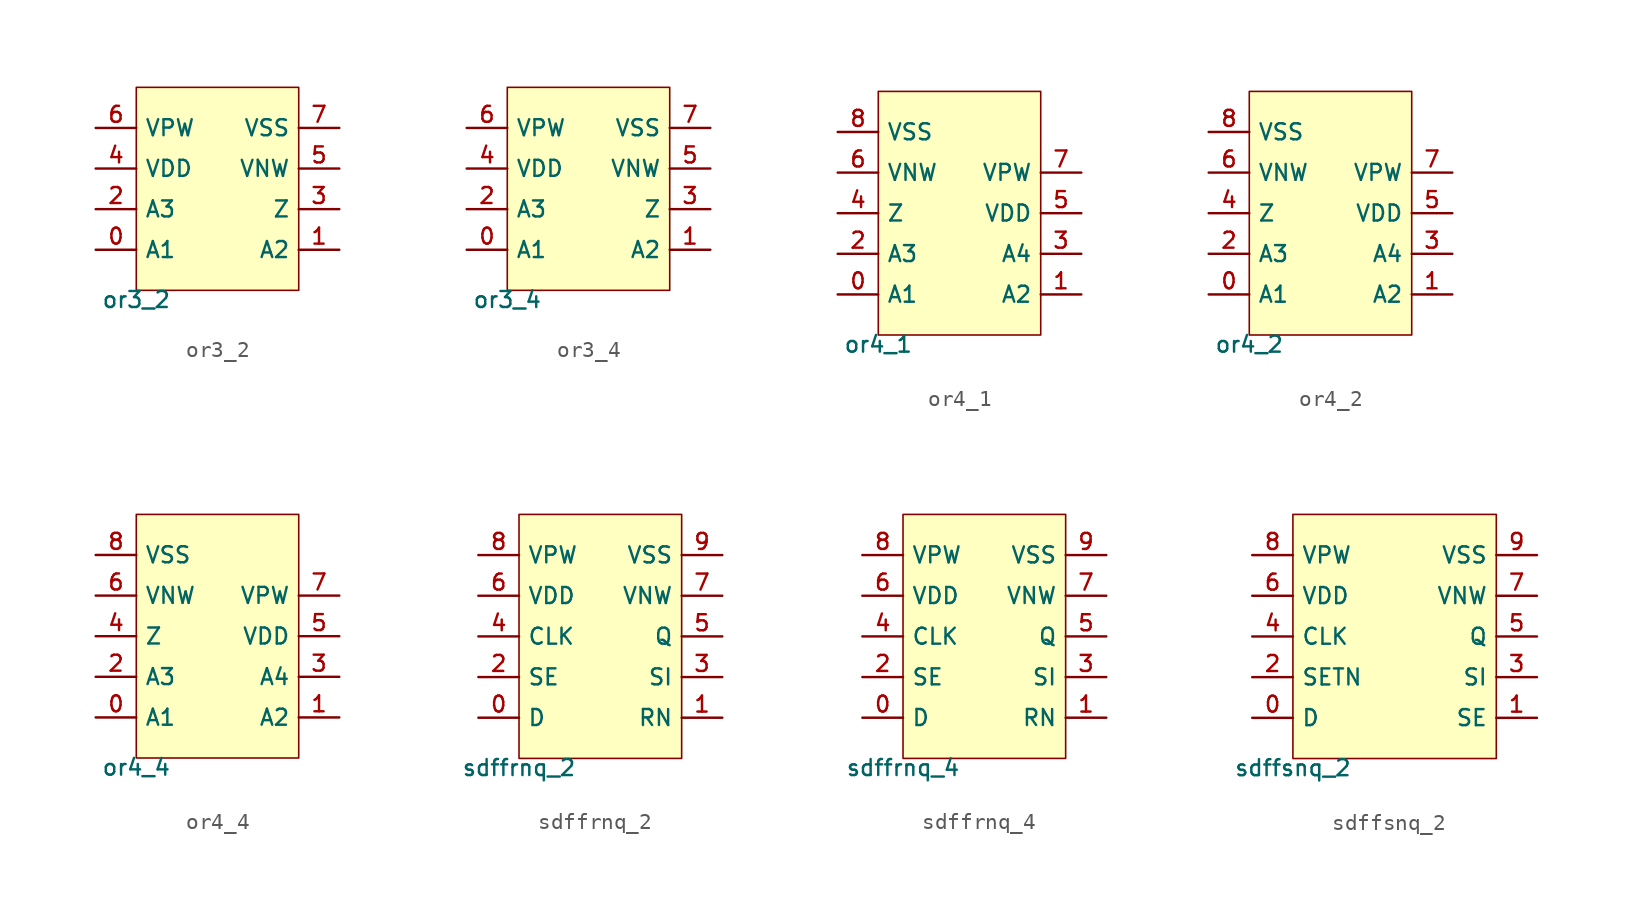
<source format=kicad_sym>
(kicad_symbol_lib
  (version 20211014)
  (generator pdk2kicad)
  (symbol "or3_2"
    (property "Reference" "X"
      (at 0 0 0)
      (effects (font (size 1 1)) hide))
    (property "Value" "or3_2"
      (at -5.08 -6.35 0)
      (effects (font (size 1 1)) (justify top)))
    (rectangle
      (start -5.08 -6.35)
      (end 5.08 6.35)
      (stroke (width 0.1) (type solid) (color 0 0 0 0))
      (fill (type background)))
    (pin bidirectional line
      (at -7.62 -3.81 0)
      (length 2.54)
      (name "A1" (effects (font (size 1 1)) hide))
      (number "0" (effects (font (size 1 1)) hide)))
    (pin bidirectional line
      (at 7.62 -3.81 180)
      (length 2.54)
      (name "A2" (effects (font (size 1 1)) hide))
      (number "1" (effects (font (size 1 1)) hide)))
    (pin bidirectional line
      (at -7.62 -1.27 0)
      (length 2.54)
      (name "A3" (effects (font (size 1 1)) hide))
      (number "2" (effects (font (size 1 1)) hide)))
    (pin bidirectional line
      (at 7.62 -1.27 180)
      (length 2.54)
      (name "Z" (effects (font (size 1 1)) hide))
      (number "3" (effects (font (size 1 1)) hide)))
    (pin bidirectional line
      (at -7.62 1.27 0)
      (length 2.54)
      (name "VDD" (effects (font (size 1 1)) hide))
      (number "4" (effects (font (size 1 1)) hide)))
    (pin bidirectional line
      (at 7.62 1.27 180)
      (length 2.54)
      (name "VNW" (effects (font (size 1 1)) hide))
      (number "5" (effects (font (size 1 1)) hide)))
    (pin bidirectional line
      (at -7.62 3.81 0)
      (length 2.54)
      (name "VPW" (effects (font (size 1 1)) hide))
      (number "6" (effects (font (size 1 1)) hide)))
    (pin bidirectional line
      (at 7.62 3.81 180)
      (length 2.54)
      (name "VSS" (effects (font (size 1 1)) hide))
      (number "7" (effects (font (size 1 1)) hide))))
  (symbol "or3_4"
    (property "Reference" "X"
      (at 0 0 0)
      (effects (font (size 1 1)) hide))
    (property "Value" "or3_4"
      (at -5.08 -6.35 0)
      (effects (font (size 1 1)) (justify top)))
    (rectangle
      (start -5.08 -6.35)
      (end 5.08 6.35)
      (stroke (width 0.1) (type solid) (color 0 0 0 0))
      (fill (type background)))
    (pin bidirectional line
      (at -7.62 -3.81 0)
      (length 2.54)
      (name "A1" (effects (font (size 1 1)) hide))
      (number "0" (effects (font (size 1 1)) hide)))
    (pin bidirectional line
      (at 7.62 -3.81 180)
      (length 2.54)
      (name "A2" (effects (font (size 1 1)) hide))
      (number "1" (effects (font (size 1 1)) hide)))
    (pin bidirectional line
      (at -7.62 -1.27 0)
      (length 2.54)
      (name "A3" (effects (font (size 1 1)) hide))
      (number "2" (effects (font (size 1 1)) hide)))
    (pin bidirectional line
      (at 7.62 -1.27 180)
      (length 2.54)
      (name "Z" (effects (font (size 1 1)) hide))
      (number "3" (effects (font (size 1 1)) hide)))
    (pin bidirectional line
      (at -7.62 1.27 0)
      (length 2.54)
      (name "VDD" (effects (font (size 1 1)) hide))
      (number "4" (effects (font (size 1 1)) hide)))
    (pin bidirectional line
      (at 7.62 1.27 180)
      (length 2.54)
      (name "VNW" (effects (font (size 1 1)) hide))
      (number "5" (effects (font (size 1 1)) hide)))
    (pin bidirectional line
      (at -7.62 3.81 0)
      (length 2.54)
      (name "VPW" (effects (font (size 1 1)) hide))
      (number "6" (effects (font (size 1 1)) hide)))
    (pin bidirectional line
      (at 7.62 3.81 180)
      (length 2.54)
      (name "VSS" (effects (font (size 1 1)) hide))
      (number "7" (effects (font (size 1 1)) hide))))
  (symbol "or4_1"
    (property "Reference" "X"
      (at 0 0 0)
      (effects (font (size 1 1)) hide))
    (property "Value" "or4_1"
      (at -5.08 -7.62 0)
      (effects (font (size 1 1)) (justify top)))
    (rectangle
      (start -5.08 -7.62)
      (end 5.08 7.62)
      (stroke (width 0.1) (type solid) (color 0 0 0 0))
      (fill (type background)))
    (pin bidirectional line
      (at -7.62 -5.08 0)
      (length 2.54)
      (name "A1" (effects (font (size 1 1)) hide))
      (number "0" (effects (font (size 1 1)) hide)))
    (pin bidirectional line
      (at 7.62 -5.08 180)
      (length 2.54)
      (name "A2" (effects (font (size 1 1)) hide))
      (number "1" (effects (font (size 1 1)) hide)))
    (pin bidirectional line
      (at -7.62 -2.54 0)
      (length 2.54)
      (name "A3" (effects (font (size 1 1)) hide))
      (number "2" (effects (font (size 1 1)) hide)))
    (pin bidirectional line
      (at 7.62 -2.54 180)
      (length 2.54)
      (name "A4" (effects (font (size 1 1)) hide))
      (number "3" (effects (font (size 1 1)) hide)))
    (pin bidirectional line
      (at -7.62 8.881784197001252e-16 0)
      (length 2.54)
      (name "Z" (effects (font (size 1 1)) hide))
      (number "4" (effects (font (size 1 1)) hide)))
    (pin bidirectional line
      (at 7.62 8.881784197001252e-16 180)
      (length 2.54)
      (name "VDD" (effects (font (size 1 1)) hide))
      (number "5" (effects (font (size 1 1)) hide)))
    (pin bidirectional line
      (at -7.62 2.54 0)
      (length 2.54)
      (name "VNW" (effects (font (size 1 1)) hide))
      (number "6" (effects (font (size 1 1)) hide)))
    (pin bidirectional line
      (at 7.62 2.54 180)
      (length 2.54)
      (name "VPW" (effects (font (size 1 1)) hide))
      (number "7" (effects (font (size 1 1)) hide)))
    (pin bidirectional line
      (at -7.62 5.08 0)
      (length 2.54)
      (name "VSS" (effects (font (size 1 1)) hide))
      (number "8" (effects (font (size 1 1)) hide))))
  (symbol "or4_2"
    (property "Reference" "X"
      (at 0 0 0)
      (effects (font (size 1 1)) hide))
    (property "Value" "or4_2"
      (at -5.08 -7.62 0)
      (effects (font (size 1 1)) (justify top)))
    (rectangle
      (start -5.08 -7.62)
      (end 5.08 7.62)
      (stroke (width 0.1) (type solid) (color 0 0 0 0))
      (fill (type background)))
    (pin bidirectional line
      (at -7.62 -5.08 0)
      (length 2.54)
      (name "A1" (effects (font (size 1 1)) hide))
      (number "0" (effects (font (size 1 1)) hide)))
    (pin bidirectional line
      (at 7.62 -5.08 180)
      (length 2.54)
      (name "A2" (effects (font (size 1 1)) hide))
      (number "1" (effects (font (size 1 1)) hide)))
    (pin bidirectional line
      (at -7.62 -2.54 0)
      (length 2.54)
      (name "A3" (effects (font (size 1 1)) hide))
      (number "2" (effects (font (size 1 1)) hide)))
    (pin bidirectional line
      (at 7.62 -2.54 180)
      (length 2.54)
      (name "A4" (effects (font (size 1 1)) hide))
      (number "3" (effects (font (size 1 1)) hide)))
    (pin bidirectional line
      (at -7.62 8.881784197001252e-16 0)
      (length 2.54)
      (name "Z" (effects (font (size 1 1)) hide))
      (number "4" (effects (font (size 1 1)) hide)))
    (pin bidirectional line
      (at 7.62 8.881784197001252e-16 180)
      (length 2.54)
      (name "VDD" (effects (font (size 1 1)) hide))
      (number "5" (effects (font (size 1 1)) hide)))
    (pin bidirectional line
      (at -7.62 2.54 0)
      (length 2.54)
      (name "VNW" (effects (font (size 1 1)) hide))
      (number "6" (effects (font (size 1 1)) hide)))
    (pin bidirectional line
      (at 7.62 2.54 180)
      (length 2.54)
      (name "VPW" (effects (font (size 1 1)) hide))
      (number "7" (effects (font (size 1 1)) hide)))
    (pin bidirectional line
      (at -7.62 5.08 0)
      (length 2.54)
      (name "VSS" (effects (font (size 1 1)) hide))
      (number "8" (effects (font (size 1 1)) hide))))
  (symbol "or4_4"
    (property "Reference" "X"
      (at 0 0 0)
      (effects (font (size 1 1)) hide))
    (property "Value" "or4_4"
      (at -5.08 -7.62 0)
      (effects (font (size 1 1)) (justify top)))
    (rectangle
      (start -5.08 -7.62)
      (end 5.08 7.62)
      (stroke (width 0.1) (type solid) (color 0 0 0 0))
      (fill (type background)))
    (pin bidirectional line
      (at -7.62 -5.08 0)
      (length 2.54)
      (name "A1" (effects (font (size 1 1)) hide))
      (number "0" (effects (font (size 1 1)) hide)))
    (pin bidirectional line
      (at 7.62 -5.08 180)
      (length 2.54)
      (name "A2" (effects (font (size 1 1)) hide))
      (number "1" (effects (font (size 1 1)) hide)))
    (pin bidirectional line
      (at -7.62 -2.54 0)
      (length 2.54)
      (name "A3" (effects (font (size 1 1)) hide))
      (number "2" (effects (font (size 1 1)) hide)))
    (pin bidirectional line
      (at 7.62 -2.54 180)
      (length 2.54)
      (name "A4" (effects (font (size 1 1)) hide))
      (number "3" (effects (font (size 1 1)) hide)))
    (pin bidirectional line
      (at -7.62 8.881784197001252e-16 0)
      (length 2.54)
      (name "Z" (effects (font (size 1 1)) hide))
      (number "4" (effects (font (size 1 1)) hide)))
    (pin bidirectional line
      (at 7.62 8.881784197001252e-16 180)
      (length 2.54)
      (name "VDD" (effects (font (size 1 1)) hide))
      (number "5" (effects (font (size 1 1)) hide)))
    (pin bidirectional line
      (at -7.62 2.54 0)
      (length 2.54)
      (name "VNW" (effects (font (size 1 1)) hide))
      (number "6" (effects (font (size 1 1)) hide)))
    (pin bidirectional line
      (at 7.62 2.54 180)
      (length 2.54)
      (name "VPW" (effects (font (size 1 1)) hide))
      (number "7" (effects (font (size 1 1)) hide)))
    (pin bidirectional line
      (at -7.62 5.08 0)
      (length 2.54)
      (name "VSS" (effects (font (size 1 1)) hide))
      (number "8" (effects (font (size 1 1)) hide))))
  (symbol "sdffrnq_2"
    (property "Reference" "X"
      (at 0 0 0)
      (effects (font (size 1 1)) hide))
    (property "Value" "sdffrnq_2"
      (at -5.08 -7.62 0)
      (effects (font (size 1 1)) (justify top)))
    (rectangle
      (start -5.08 -7.62)
      (end 5.08 7.62)
      (stroke (width 0.1) (type solid) (color 0 0 0 0))
      (fill (type background)))
    (pin bidirectional line
      (at -7.62 -5.08 0)
      (length 2.54)
      (name "D" (effects (font (size 1 1)) hide))
      (number "0" (effects (font (size 1 1)) hide)))
    (pin bidirectional line
      (at 7.62 -5.08 180)
      (length 2.54)
      (name "RN" (effects (font (size 1 1)) hide))
      (number "1" (effects (font (size 1 1)) hide)))
    (pin bidirectional line
      (at -7.62 -2.54 0)
      (length 2.54)
      (name "SE" (effects (font (size 1 1)) hide))
      (number "2" (effects (font (size 1 1)) hide)))
    (pin bidirectional line
      (at 7.62 -2.54 180)
      (length 2.54)
      (name "SI" (effects (font (size 1 1)) hide))
      (number "3" (effects (font (size 1 1)) hide)))
    (pin bidirectional line
      (at -7.62 8.881784197001252e-16 0)
      (length 2.54)
      (name "CLK" (effects (font (size 1 1)) hide))
      (number "4" (effects (font (size 1 1)) hide)))
    (pin bidirectional line
      (at 7.62 8.881784197001252e-16 180)
      (length 2.54)
      (name "Q" (effects (font (size 1 1)) hide))
      (number "5" (effects (font (size 1 1)) hide)))
    (pin bidirectional line
      (at -7.62 2.54 0)
      (length 2.54)
      (name "VDD" (effects (font (size 1 1)) hide))
      (number "6" (effects (font (size 1 1)) hide)))
    (pin bidirectional line
      (at 7.62 2.54 180)
      (length 2.54)
      (name "VNW" (effects (font (size 1 1)) hide))
      (number "7" (effects (font (size 1 1)) hide)))
    (pin bidirectional line
      (at -7.62 5.08 0)
      (length 2.54)
      (name "VPW" (effects (font (size 1 1)) hide))
      (number "8" (effects (font (size 1 1)) hide)))
    (pin bidirectional line
      (at 7.62 5.08 180)
      (length 2.54)
      (name "VSS" (effects (font (size 1 1)) hide))
      (number "9" (effects (font (size 1 1)) hide))))
  (symbol "sdffrnq_4"
    (property "Reference" "X"
      (at 0 0 0)
      (effects (font (size 1 1)) hide))
    (property "Value" "sdffrnq_4"
      (at -5.08 -7.62 0)
      (effects (font (size 1 1)) (justify top)))
    (rectangle
      (start -5.08 -7.62)
      (end 5.08 7.62)
      (stroke (width 0.1) (type solid) (color 0 0 0 0))
      (fill (type background)))
    (pin bidirectional line
      (at -7.62 -5.08 0)
      (length 2.54)
      (name "D" (effects (font (size 1 1)) hide))
      (number "0" (effects (font (size 1 1)) hide)))
    (pin bidirectional line
      (at 7.62 -5.08 180)
      (length 2.54)
      (name "RN" (effects (font (size 1 1)) hide))
      (number "1" (effects (font (size 1 1)) hide)))
    (pin bidirectional line
      (at -7.62 -2.54 0)
      (length 2.54)
      (name "SE" (effects (font (size 1 1)) hide))
      (number "2" (effects (font (size 1 1)) hide)))
    (pin bidirectional line
      (at 7.62 -2.54 180)
      (length 2.54)
      (name "SI" (effects (font (size 1 1)) hide))
      (number "3" (effects (font (size 1 1)) hide)))
    (pin bidirectional line
      (at -7.62 8.881784197001252e-16 0)
      (length 2.54)
      (name "CLK" (effects (font (size 1 1)) hide))
      (number "4" (effects (font (size 1 1)) hide)))
    (pin bidirectional line
      (at 7.62 8.881784197001252e-16 180)
      (length 2.54)
      (name "Q" (effects (font (size 1 1)) hide))
      (number "5" (effects (font (size 1 1)) hide)))
    (pin bidirectional line
      (at -7.62 2.54 0)
      (length 2.54)
      (name "VDD" (effects (font (size 1 1)) hide))
      (number "6" (effects (font (size 1 1)) hide)))
    (pin bidirectional line
      (at 7.62 2.54 180)
      (length 2.54)
      (name "VNW" (effects (font (size 1 1)) hide))
      (number "7" (effects (font (size 1 1)) hide)))
    (pin bidirectional line
      (at -7.62 5.08 0)
      (length 2.54)
      (name "VPW" (effects (font (size 1 1)) hide))
      (number "8" (effects (font (size 1 1)) hide)))
    (pin bidirectional line
      (at 7.62 5.08 180)
      (length 2.54)
      (name "VSS" (effects (font (size 1 1)) hide))
      (number "9" (effects (font (size 1 1)) hide))))
  (symbol "sdffsnq_2"
    (property "Reference" "X"
      (at 0 0 0)
      (effects (font (size 1 1)) hide))
    (property "Value" "sdffsnq_2"
      (at -6.35 -7.62 0)
      (effects (font (size 1 1)) (justify top)))
    (rectangle
      (start -6.35 -7.62)
      (end 6.35 7.62)
      (stroke (width 0.1) (type solid) (color 0 0 0 0))
      (fill (type background)))
    (pin bidirectional line
      (at -8.89 -5.08 0)
      (length 2.54)
      (name "D" (effects (font (size 1 1)) hide))
      (number "0" (effects (font (size 1 1)) hide)))
    (pin bidirectional line
      (at 8.89 -5.08 180)
      (length 2.54)
      (name "SE" (effects (font (size 1 1)) hide))
      (number "1" (effects (font (size 1 1)) hide)))
    (pin bidirectional line
      (at -8.89 -2.54 0)
      (length 2.54)
      (name "SETN" (effects (font (size 1 1)) hide))
      (number "2" (effects (font (size 1 1)) hide)))
    (pin bidirectional line
      (at 8.89 -2.54 180)
      (length 2.54)
      (name "SI" (effects (font (size 1 1)) hide))
      (number "3" (effects (font (size 1 1)) hide)))
    (pin bidirectional line
      (at -8.89 8.881784197001252e-16 0)
      (length 2.54)
      (name "CLK" (effects (font (size 1 1)) hide))
      (number "4" (effects (font (size 1 1)) hide)))
    (pin bidirectional line
      (at 8.89 8.881784197001252e-16 180)
      (length 2.54)
      (name "Q" (effects (font (size 1 1)) hide))
      (number "5" (effects (font (size 1 1)) hide)))
    (pin bidirectional line
      (at -8.89 2.54 0)
      (length 2.54)
      (name "VDD" (effects (font (size 1 1)) hide))
      (number "6" (effects (font (size 1 1)) hide)))
    (pin bidirectional line
      (at 8.89 2.54 180)
      (length 2.54)
      (name "VNW" (effects (font (size 1 1)) hide))
      (number "7" (effects (font (size 1 1)) hide)))
    (pin bidirectional line
      (at -8.89 5.08 0)
      (length 2.54)
      (name "VPW" (effects (font (size 1 1)) hide))
      (number "8" (effects (font (size 1 1)) hide)))
    (pin bidirectional line
      (at 8.89 5.08 180)
      (length 2.54)
      (name "VSS" (effects (font (size 1 1)) hide))
      (number "9" (effects (font (size 1 1)) hide)))))
</source>
